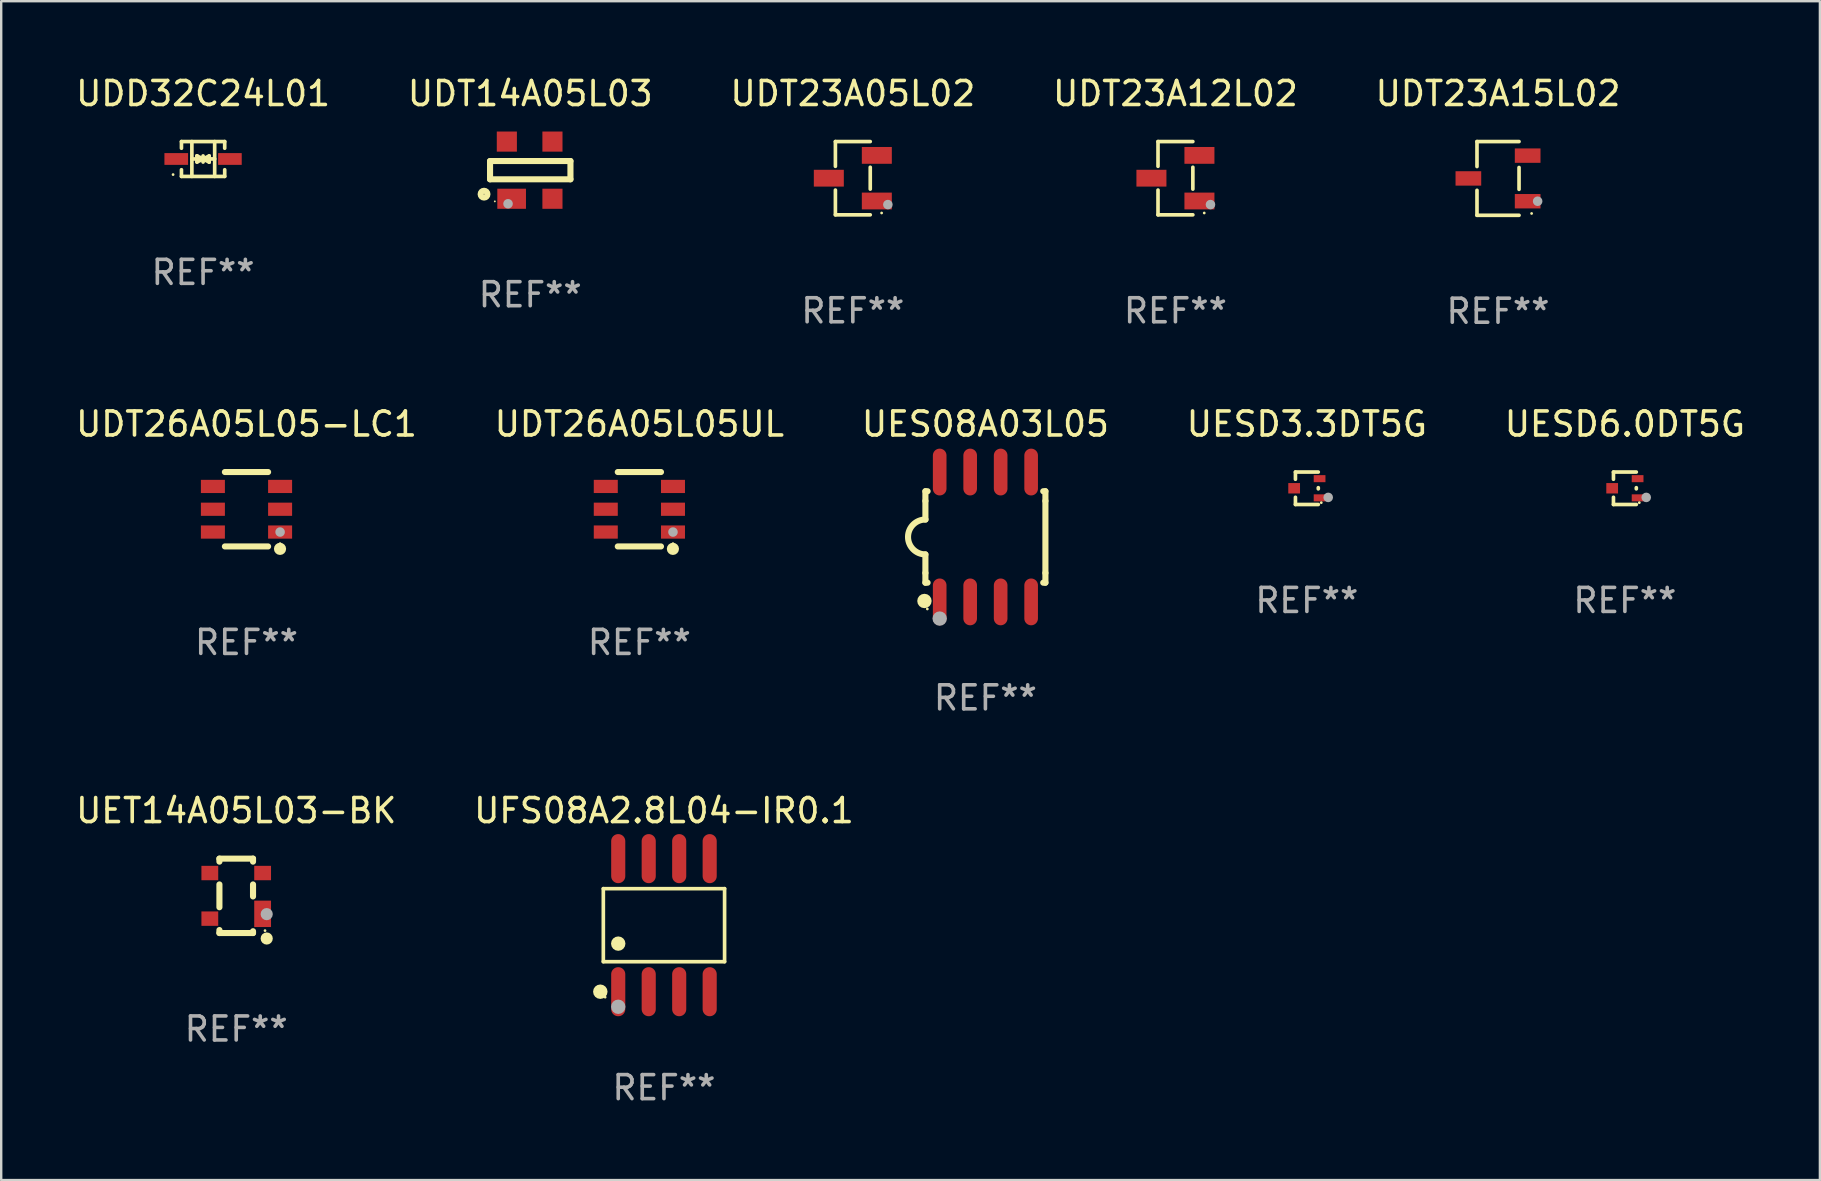
<source format=kicad_pcb>
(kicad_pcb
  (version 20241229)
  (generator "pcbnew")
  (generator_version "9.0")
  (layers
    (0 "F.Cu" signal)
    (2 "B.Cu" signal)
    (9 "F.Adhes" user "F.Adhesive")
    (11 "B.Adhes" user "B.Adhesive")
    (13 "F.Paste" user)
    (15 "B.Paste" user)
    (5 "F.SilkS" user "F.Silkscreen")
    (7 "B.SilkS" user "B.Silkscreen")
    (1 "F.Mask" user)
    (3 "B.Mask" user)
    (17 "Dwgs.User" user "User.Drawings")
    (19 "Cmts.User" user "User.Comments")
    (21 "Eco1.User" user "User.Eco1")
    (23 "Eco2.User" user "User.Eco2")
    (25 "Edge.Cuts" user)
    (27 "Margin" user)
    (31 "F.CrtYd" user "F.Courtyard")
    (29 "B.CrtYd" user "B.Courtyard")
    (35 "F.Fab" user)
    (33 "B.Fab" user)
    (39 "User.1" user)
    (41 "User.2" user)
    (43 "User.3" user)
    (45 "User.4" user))
  (footprint "UFS08A2.8L04-IR0.1"
    (layer "F.Cu")
    (at 24.613 35.496)
    (property "Reference" "UFS08A2.8L04-IR0.1" (at 0 -4.772 0) (layer "F.SilkS") (effects (font (size 1 1) (thickness 0.15))))
    (attr through_hole)
    (fp_line (start -2.526 -1.521) (end 2.526 -1.521) (stroke (width 0.152) (type solid)) (layer "F.SilkS"))
    (fp_line (start -2.526 1.521) (end -2.526 -1.521) (stroke (width 0.152) (type solid)) (layer "F.SilkS"))
    (fp_line (start 2.526 -1.521) (end 2.526 1.521) (stroke (width 0.152) (type solid)) (layer "F.SilkS"))
    (fp_line (start 2.526 1.521) (end -2.526 1.521) (stroke (width 0.152) (type solid)) (layer "F.SilkS"))
    (fp_circle (center -2.652 2.772) (end -2.501 2.772) (stroke (width 0.3) (type solid)) (fill no) (layer "F.SilkS"))
    (fp_circle (center -2.45 3) (end -2.42 3) (stroke (width 0.06) (type solid)) (fill no) (layer "F.SilkS"))
    (fp_circle (center -1.905 0.769) (end -1.755 0.769) (stroke (width 0.3) (type solid)) (fill no) (layer "F.SilkS"))
    (fp_circle (center -1.905 3.4) (end -1.755 3.4) (stroke (width 0.3) (type solid)) (fill no) (layer "F.Fab"))
    (fp_text user "REF**" (at 0 6.772 0) (layer "F.Fab") (effects (font (size 1 1) (thickness 0.15))))
    (pad "1" smd oval (at -1.905 2.772) (size 0.588 2.045) (layers "F.Cu" "F.Mask" "F.Paste"))
    (pad "2" smd oval (at -0.635 2.772) (size 0.588 2.045) (layers "F.Cu" "F.Mask" "F.Paste"))
    (pad "3" smd oval (at 0.635 2.772) (size 0.588 2.045) (layers "F.Cu" "F.Mask" "F.Paste"))
    (pad "4" smd oval (at 1.905 2.772) (size 0.588 2.045) (layers "F.Cu" "F.Mask" "F.Paste"))
    (pad "5" smd oval (at 1.905 -2.772) (size 0.588 2.045) (layers "F.Cu" "F.Mask" "F.Paste"))
    (pad "6" smd oval (at 0.635 -2.772) (size 0.588 2.045) (layers "F.Cu" "F.Mask" "F.Paste"))
    (pad "7" smd oval (at -0.635 -2.772) (size 0.588 2.045) (layers "F.Cu" "F.Mask" "F.Paste"))
    (pad "8" smd oval (at -1.905 -2.772) (size 0.588 2.045) (layers "F.Cu" "F.Mask" "F.Paste")))
  (footprint "UES08A03L05"
    (layer "F.Cu")
    (at 38.006 19.322)
    (property "Reference" "UES08A03L05" (at 0 -4.705 0) (layer "F.SilkS") (effects (font (size 1 1) (thickness 0.15))))
    (attr through_hole)
    (fp_line (start -2.5 -1.905) (end -2.409 -1.905) (stroke (width 0.254) (type solid)) (layer "F.SilkS"))
    (fp_line (start -2.5 -1.5) (end -2.5 -1.905) (stroke (width 0.254) (type solid)) (layer "F.SilkS"))
    (fp_line (start -2.5 -1.5) (end -2.5 -0.726) (stroke (width 0.254) (type solid)) (layer "F.SilkS"))
    (fp_line (start -2.5 1.5) (end -2.5 0.727) (stroke (width 0.254) (type solid)) (layer "F.SilkS"))
    (fp_line (start -2.5 1.5) (end -2.5 1.905) (stroke (width 0.254) (type solid)) (layer "F.SilkS"))
    (fp_line (start -2.5 1.905) (end -2.409 1.905) (stroke (width 0.254) (type solid)) (layer "F.SilkS"))
    (fp_line (start 2.5 -1.905) (end 2.409 -1.905) (stroke (width 0.254) (type solid)) (layer "F.SilkS"))
    (fp_line (start 2.5 -1.5) (end 2.5 -1.905) (stroke (width 0.254) (type solid)) (layer "F.SilkS"))
    (fp_line (start 2.5 -1.5) (end 2.5 1.5) (stroke (width 0.254) (type solid)) (layer "F.SilkS"))
    (fp_line (start 2.5 1.5) (end 2.5 1.905) (stroke (width 0.254) (type solid)) (layer "F.SilkS"))
    (fp_line (start 2.5 1.905) (end 2.409 1.905) (stroke (width 0.254) (type solid)) (layer "F.SilkS"))
    (fp_arc (start -2.5 0.726568) (mid -3.220316 -0.0023) (end -2.495097 -0.726289) (stroke (width 0.254001) (type solid)) (layer "F.SilkS"))
    (fp_circle (center -2.54 2.667) (end -2.39 2.667) (stroke (width 0.3) (type solid)) (fill no) (layer "F.SilkS"))
    (fp_circle (center -2.42 3) (end -2.39 3) (stroke (width 0.06) (type solid)) (fill no) (layer "F.SilkS"))
    (fp_circle (center -1.905 3.4) (end -1.755 3.4) (stroke (width 0.3) (type solid)) (fill no) (layer "F.Fab"))
    (fp_text user "REF**" (at 0 6.705 0) (layer "F.Fab") (effects (font (size 1 1) (thickness 0.15))))
    (pad "1" smd oval (at -1.905 2.705) (size 0.568 1.95) (layers "F.Cu" "F.Mask" "F.Paste"))
    (pad "2" smd oval (at -0.635 2.705) (size 0.568 1.95) (layers "F.Cu" "F.Mask" "F.Paste"))
    (pad "3" smd oval (at 0.635 2.705) (size 0.568 1.95) (layers "F.Cu" "F.Mask" "F.Paste"))
    (pad "4" smd oval (at 1.905 2.705) (size 0.568 1.95) (layers "F.Cu" "F.Mask" "F.Paste"))
    (pad "5" smd oval (at 1.905 -2.705) (size 0.568 1.95) (layers "F.Cu" "F.Mask" "F.Paste"))
    (pad "6" smd oval (at 0.635 -2.705) (size 0.568 1.95) (layers "F.Cu" "F.Mask" "F.Paste"))
    (pad "7" smd oval (at -0.635 -2.705) (size 0.568 1.95) (layers "F.Cu" "F.Mask" "F.Paste"))
    (pad "8" smd oval (at -1.905 -2.705) (size 0.568 1.95) (layers "F.Cu" "F.Mask" "F.Paste")))
  (footprint "UDT23A12L02"
    (layer "F.Cu")
    (at 45.923 4.374)
    (property "Reference" "UDT23A12L02" (at 0 -3.526 0) (layer "F.SilkS") (effects (font (size 1 1) (thickness 0.15))))
    (attr through_hole)
    (fp_line (start -0.726 -1.526) (end -0.726 -0.495) (stroke (width 0.152) (type solid)) (layer "F.SilkS"))
    (fp_line (start -0.726 1.526) (end -0.726 0.495) (stroke (width 0.152) (type solid)) (layer "F.SilkS"))
    (fp_line (start 0.726 -1.526) (end -0.726 -1.526) (stroke (width 0.152) (type solid)) (layer "F.SilkS"))
    (fp_line (start 0.726 -0.455) (end 0.726 0.455) (stroke (width 0.152) (type solid)) (layer "F.SilkS"))
    (fp_line (start 0.726 1.526) (end -0.726 1.526) (stroke (width 0.152) (type solid)) (layer "F.SilkS"))
    (fp_circle (center 1.2 1.45) (end 1.23 1.45) (stroke (width 0.06) (type solid)) (fill no) (layer "F.SilkS"))
    (fp_circle (center 1.46 1.1) (end 1.56 1.1) (stroke (width 0.2) (type solid)) (fill no) (layer "F.Fab"))
    (fp_text user "REF**" (at 0 5.526 0) (layer "F.Fab") (effects (font (size 1 1) (thickness 0.15))))
    (pad "1" smd rect (at 1 0.95) (size 1.25 0.7) (layers "F.Cu" "F.Mask" "F.Paste"))
    (pad "2" smd rect (at 1 -0.95) (size 1.25 0.7) (layers "F.Cu" "F.Mask" "F.Paste"))
    (pad "3" smd rect (at -1 0) (size 1.25 0.7) (layers "F.Cu" "F.Mask" "F.Paste")))
  (footprint "UDT23A05L02"
    (layer "F.Cu")
    (at 32.482 4.374)
    (property "Reference" "UDT23A05L02" (at 0 -3.526 0) (layer "F.SilkS") (effects (font (size 1 1) (thickness 0.15))))
    (attr through_hole)
    (fp_line (start -0.726 -1.526) (end -0.726 -0.495) (stroke (width 0.152) (type solid)) (layer "F.SilkS"))
    (fp_line (start -0.726 1.526) (end -0.726 0.495) (stroke (width 0.152) (type solid)) (layer "F.SilkS"))
    (fp_line (start 0.726 -1.526) (end -0.726 -1.526) (stroke (width 0.152) (type solid)) (layer "F.SilkS"))
    (fp_line (start 0.726 -0.455) (end 0.726 0.455) (stroke (width 0.152) (type solid)) (layer "F.SilkS"))
    (fp_line (start 0.726 1.526) (end -0.726 1.526) (stroke (width 0.152) (type solid)) (layer "F.SilkS"))
    (fp_circle (center 1.2 1.45) (end 1.23 1.45) (stroke (width 0.06) (type solid)) (fill no) (layer "F.SilkS"))
    (fp_circle (center 1.46 1.1) (end 1.56 1.1) (stroke (width 0.2) (type solid)) (fill no) (layer "F.Fab"))
    (fp_text user "REF**" (at 0 5.526 0) (layer "F.Fab") (effects (font (size 1 1) (thickness 0.15))))
    (pad "1" smd rect (at 1 0.95) (size 1.25 0.7) (layers "F.Cu" "F.Mask" "F.Paste"))
    (pad "2" smd rect (at 1 -0.95) (size 1.25 0.7) (layers "F.Cu" "F.Mask" "F.Paste"))
    (pad "3" smd rect (at -1 0) (size 1.25 0.7) (layers "F.Cu" "F.Mask" "F.Paste")))
  (footprint "UESD3.3DT5G"
    (layer "F.Cu")
    (at 51.399 17.293)
    (property "Reference" "UESD3.3DT5G" (at 0 -2.676 0) (layer "F.SilkS") (effects (font (size 1 1) (thickness 0.15))))
    (attr through_hole)
    (fp_line (start -0.476 -0.676) (end -0.476 -0.376) (stroke (width 0.152) (type solid)) (layer "F.SilkS"))
    (fp_line (start -0.476 0.676) (end -0.476 0.376) (stroke (width 0.152) (type solid)) (layer "F.SilkS"))
    (fp_line (start 0.476 -0.676) (end -0.476 -0.676) (stroke (width 0.152) (type solid)) (layer "F.SilkS"))
    (fp_line (start 0.476 -0.024) (end 0.476 0.024) (stroke (width 0.152) (type solid)) (layer "F.SilkS"))
    (fp_line (start 0.476 0.676) (end -0.476 0.676) (stroke (width 0.152) (type solid)) (layer "F.SilkS"))
    (fp_circle (center 0.6 0.6) (end 0.63 0.6) (stroke (width 0.06) (type solid)) (fill no) (layer "F.SilkS"))
    (fp_circle (center 0.889 0.381) (end 0.989 0.381) (stroke (width 0.2) (type solid)) (fill no) (layer "F.Fab"))
    (fp_text user "REF**" (at 0 4.676 0) (layer "F.Fab") (effects (font (size 1 1) (thickness 0.15))))
    (pad "1" smd rect (at 0.53 0.4) (size 0.489 0.294) (layers "F.Cu" "F.Mask" "F.Paste"))
    (pad "2" smd rect (at 0.53 -0.4) (size 0.489 0.294) (layers "F.Cu" "F.Mask" "F.Paste"))
    (pad "3" smd rect (at -0.53 0) (size 0.489 0.434) (layers "F.Cu" "F.Mask" "F.Paste")))
  (footprint "UDT26A05L05UL"
    (layer "F.Cu")
    (at 23.589 18.167)
    (property "Reference" "UDT26A05L05UL" (at 0 -3.55 0) (layer "F.SilkS") (effects (font (size 1 1) (thickness 0.15))))
    (attr through_hole)
    (fp_line (start -0.9 -1.55) (end 0.9 -1.55) (stroke (width 0.254) (type solid)) (layer "F.SilkS"))
    (fp_line (start -0.9 1.55) (end 0.9 1.55) (stroke (width 0.254) (type solid)) (layer "F.SilkS"))
    (fp_circle (center 1.397 1.651) (end 1.524 1.651) (stroke (width 0.254) (type solid)) (fill no) (layer "F.SilkS"))
    (fp_circle (center 1.4 1.435) (end 1.43 1.435) (stroke (width 0.06) (type solid)) (fill no) (layer "F.SilkS"))
    (fp_circle (center 1.4 0.95) (end 1.5 0.95) (stroke (width 0.2) (type solid)) (fill no) (layer "F.Fab"))
    (fp_text user "REF**" (at 0 5.55 0) (layer "F.Fab") (effects (font (size 1 1) (thickness 0.15))))
    (pad "1" smd rect (at 1.4 0.95) (size 1 0.55) (layers "F.Cu" "F.Mask" "F.Paste"))
    (pad "2" smd rect (at 1.4 -0.000102) (size 1 0.55) (layers "F.Cu" "F.Mask" "F.Paste"))
    (pad "3" smd rect (at 1.4 -0.95) (size 1 0.55) (layers "F.Cu" "F.Mask" "F.Paste"))
    (pad "4" smd rect (at -1.4 -0.95) (size 1 0.55) (layers "F.Cu" "F.Mask" "F.Paste"))
    (pad "5" smd rect (at -1.4 -0.000102) (size 1 0.55) (layers "F.Cu" "F.Mask" "F.Paste"))
    (pad "6" smd rect (at -1.4 0.95) (size 1 0.55) (layers "F.Cu" "F.Mask" "F.Paste")))
  (footprint "UESD6.0DT5G"
    (layer "F.Cu")
    (at 64.649 17.293)
    (property "Reference" "UESD6.0DT5G" (at 0 -2.676 0) (layer "F.SilkS") (effects (font (size 1 1) (thickness 0.15))))
    (attr through_hole)
    (fp_line (start -0.476 -0.676) (end -0.476 -0.376) (stroke (width 0.152) (type solid)) (layer "F.SilkS"))
    (fp_line (start -0.476 0.676) (end -0.476 0.376) (stroke (width 0.152) (type solid)) (layer "F.SilkS"))
    (fp_line (start 0.476 -0.676) (end -0.476 -0.676) (stroke (width 0.152) (type solid)) (layer "F.SilkS"))
    (fp_line (start 0.476 -0.024) (end 0.476 0.024) (stroke (width 0.152) (type solid)) (layer "F.SilkS"))
    (fp_line (start 0.476 0.676) (end -0.476 0.676) (stroke (width 0.152) (type solid)) (layer "F.SilkS"))
    (fp_circle (center 0.6 0.6) (end 0.63 0.6) (stroke (width 0.06) (type solid)) (fill no) (layer "F.SilkS"))
    (fp_circle (center 0.889 0.381) (end 0.989 0.381) (stroke (width 0.2) (type solid)) (fill no) (layer "F.Fab"))
    (fp_text user "REF**" (at 0 4.676 0) (layer "F.Fab") (effects (font (size 1 1) (thickness 0.15))))
    (pad "1" smd rect (at 0.53 0.4) (size 0.489 0.294) (layers "F.Cu" "F.Mask" "F.Paste"))
    (pad "2" smd rect (at 0.53 -0.4) (size 0.489 0.294) (layers "F.Cu" "F.Mask" "F.Paste"))
    (pad "3" smd rect (at -0.53 0) (size 0.489 0.434) (layers "F.Cu" "F.Mask" "F.Paste")))
  (footprint "UDT23A15L02"
    (layer "F.Cu")
    (at 59.363 4.384)
    (property "Reference" "UDT23A15L02" (at 0 -3.536 0) (layer "F.SilkS") (effects (font (size 1 1) (thickness 0.15))))
    (attr through_hole)
    (fp_line (start -0.876 -1.536) (end -0.876 -0.495) (stroke (width 0.152) (type solid)) (layer "F.SilkS"))
    (fp_line (start -0.876 1.536) (end -0.876 0.495) (stroke (width 0.152) (type solid)) (layer "F.SilkS"))
    (fp_line (start 0.876 -1.536) (end -0.876 -1.536) (stroke (width 0.152) (type solid)) (layer "F.SilkS"))
    (fp_line (start 0.876 -0.455) (end 0.876 0.455) (stroke (width 0.152) (type solid)) (layer "F.SilkS"))
    (fp_line (start 0.876 1.536) (end -0.876 1.536) (stroke (width 0.152) (type solid)) (layer "F.SilkS"))
    (fp_circle (center 1.4 1.46) (end 1.43 1.46) (stroke (width 0.06) (type solid)) (fill no) (layer "F.SilkS"))
    (fp_circle (center 1.651 0.95) (end 1.751 0.95) (stroke (width 0.2) (type solid)) (fill no) (layer "F.Fab"))
    (fp_text user "REF**" (at 0 5.536 0) (layer "F.Fab") (effects (font (size 1 1) (thickness 0.15))))
    (pad "1" smd rect (at 1.235 0.95) (size 1.07 0.6) (layers "F.Cu" "F.Mask" "F.Paste"))
    (pad "2" smd rect (at 1.235 -0.95) (size 1.07 0.6) (layers "F.Cu" "F.Mask" "F.Paste"))
    (pad "3" smd rect (at -1.235 0) (size 1.07 0.6) (layers "F.Cu" "F.Mask" "F.Paste")))
  (footprint "UDT14A05L03"
    (layer "F.Cu")
    (at 19.042 4.04)
    (property "Reference" "UDT14A05L03" (at 0 -3.191 0) (layer "F.SilkS") (effects (font (size 1 1) (thickness 0.15))))
    (attr through_hole)
    (fp_line (start -1.675 -0.38) (end -1.675 0.38) (stroke (width 0.254) (type solid)) (layer "F.SilkS"))
    (fp_line (start -1.675 -0.38) (end 1.675 -0.38) (stroke (width 0.254) (type solid)) (layer "F.SilkS"))
    (fp_line (start -1.675 0.38) (end 1.675 0.38) (stroke (width 0.254) (type solid)) (layer "F.SilkS"))
    (fp_line (start 1.675 -0.38) (end 1.675 0.38) (stroke (width 0.254) (type solid)) (layer "F.SilkS"))
    (fp_circle (center -1.925 1) (end -1.783 1) (stroke (width 0.254) (type solid)) (fill no) (layer "F.SilkS"))
    (fp_circle (center -1.475 1.3) (end -1.455 1.3) (stroke (width 0.04) (type solid)) (fill no) (layer "F.SilkS"))
    (fp_circle (center -0.925 1.4) (end -0.825 1.4) (stroke (width 0.2) (type solid)) (fill no) (layer "F.Fab"))
    (fp_text user "REF**" (at 0 5.191 0) (layer "F.Fab") (effects (font (size 1 1) (thickness 0.15))))
    (pad "1" smd rect (at -0.775 1.191) (size 1.194 0.838) (layers "F.Cu" "F.Mask" "F.Paste"))
    (pad "2" smd rect (at 0.925 1.191) (size 0.838 0.838) (layers "F.Cu" "F.Mask" "F.Paste"))
    (pad "3" smd rect (at 0.925 -1.191) (size 0.838 0.838) (layers "F.Cu" "F.Mask" "F.Paste"))
    (pad "4" smd rect (at -0.975 -1.191) (size 0.838 0.838) (layers "F.Cu" "F.Mask" "F.Paste")))
  (footprint "UDD32C24L01"
    (layer "F.Cu")
    (at 5.411 3.574)
    (property "Reference" "UDD32C24L01" (at 0 -2.726 0) (layer "F.SilkS") (effects (font (size 1 1) (thickness 0.15))))
    (attr through_hole)
    (fp_line (start -0.901 -0.726) (end -0.901 -0.448) (stroke (width 0.152) (type solid)) (layer "F.SilkS"))
    (fp_line (start -0.901 0.726) (end -0.901 0.448) (stroke (width 0.152) (type solid)) (layer "F.SilkS"))
    (fp_line (start -0.467 0) (end 0.483 -0.003) (stroke (width 0.154) (type solid)) (layer "F.SilkS"))
    (fp_line (start -0.467 0.726) (end -0.467 -0.726) (stroke (width 0.152) (type solid)) (layer "F.SilkS"))
    (fp_line (start -0.254 -0.127) (end -0.254 -0.127) (stroke (width 0.154) (type solid)) (layer "F.SilkS"))
    (fp_line (start -0.254 -0.127) (end -0.002 -0.003) (stroke (width 0.154) (type solid)) (layer "F.SilkS"))
    (fp_line (start -0.254 0.127) (end -0.254 -0.127) (stroke (width 0.154) (type solid)) (layer "F.SilkS"))
    (fp_line (start -0.127 0) (end 0.003 0) (stroke (width 0.154) (type solid)) (layer "F.SilkS"))
    (fp_line (start -0.003 0) (end -0.254 0.127) (stroke (width 0.154) (type solid)) (layer "F.SilkS"))
    (fp_line (start 0 -0.127) (end 0 0.127) (stroke (width 0.154) (type solid)) (layer "F.SilkS"))
    (fp_line (start 0.003 0) (end 0.254 -0.127) (stroke (width 0.154) (type solid)) (layer "F.SilkS"))
    (fp_line (start 0.127 0) (end -0.003 0) (stroke (width 0.154) (type solid)) (layer "F.SilkS"))
    (fp_line (start 0.254 -0.127) (end 0.254 0.127) (stroke (width 0.154) (type solid)) (layer "F.SilkS"))
    (fp_line (start 0.254 0.127) (end 0.002 0.003) (stroke (width 0.154) (type solid)) (layer "F.SilkS"))
    (fp_line (start 0.254 0.127) (end 0.254 0.127) (stroke (width 0.154) (type solid)) (layer "F.SilkS"))
    (fp_line (start 0.483 0.726) (end 0.483 -0.726) (stroke (width 0.152) (type solid)) (layer "F.SilkS"))
    (fp_line (start 0.901 -0.726) (end -0.901 -0.726) (stroke (width 0.152) (type solid)) (layer "F.SilkS"))
    (fp_line (start 0.901 -0.726) (end 0.901 -0.448) (stroke (width 0.152) (type solid)) (layer "F.SilkS"))
    (fp_line (start 0.901 0.726) (end -0.901 0.726) (stroke (width 0.152) (type solid)) (layer "F.SilkS"))
    (fp_line (start 0.901 0.726) (end 0.901 0.448) (stroke (width 0.152) (type solid)) (layer "F.SilkS"))
    (fp_circle (center -1.25 0.65) (end -1.22 0.65) (stroke (width 0.06) (type solid)) (fill no) (layer "F.SilkS"))
    (fp_text user "REF**" (at 0 4.726 0) (layer "F.Fab") (effects (font (size 1 1) (thickness 0.15))))
    (pad "1" smd rect (at -1.118 0) (size 0.985 0.49) (layers "F.Cu" "F.Mask" "F.Paste"))
    (pad "2" smd rect (at 1.118 0) (size 0.985 0.49) (layers "F.Cu" "F.Mask" "F.Paste")))
  (footprint "UDT26A05L05-LC1"
    (layer "F.Cu")
    (at 7.22 18.167)
    (property "Reference" "UDT26A05L05-LC1" (at 0 -3.55 0) (layer "F.SilkS") (effects (font (size 1 1) (thickness 0.15))))
    (attr through_hole)
    (fp_line (start -0.9 -1.55) (end 0.9 -1.55) (stroke (width 0.254) (type solid)) (layer "F.SilkS"))
    (fp_line (start -0.9 1.55) (end 0.9 1.55) (stroke (width 0.254) (type solid)) (layer "F.SilkS"))
    (fp_circle (center 1.397 1.651) (end 1.524 1.651) (stroke (width 0.254) (type solid)) (fill no) (layer "F.SilkS"))
    (fp_circle (center 1.4 1.435) (end 1.43 1.435) (stroke (width 0.06) (type solid)) (fill no) (layer "F.SilkS"))
    (fp_circle (center 1.4 0.95) (end 1.5 0.95) (stroke (width 0.2) (type solid)) (fill no) (layer "F.Fab"))
    (fp_text user "REF**" (at 0 5.55 0) (layer "F.Fab") (effects (font (size 1 1) (thickness 0.15))))
    (pad "1" smd rect (at 1.4 0.95) (size 1 0.55) (layers "F.Cu" "F.Mask" "F.Paste"))
    (pad "2" smd rect (at 1.4 -0.000102) (size 1 0.55) (layers "F.Cu" "F.Mask" "F.Paste"))
    (pad "3" smd rect (at 1.4 -0.95) (size 1 0.55) (layers "F.Cu" "F.Mask" "F.Paste"))
    (pad "4" smd rect (at -1.4 -0.95) (size 1 0.55) (layers "F.Cu" "F.Mask" "F.Paste"))
    (pad "5" smd rect (at -1.4 -0.000102) (size 1 0.55) (layers "F.Cu" "F.Mask" "F.Paste"))
    (pad "6" smd rect (at -1.4 0.95) (size 1 0.55) (layers "F.Cu" "F.Mask" "F.Paste")))
  (footprint "UET14A05L03-BK"
    (layer "F.Cu")
    (at 6.792 34.274)
    (property "Reference" "UET14A05L03-BK" (at 0 -3.55 0) (layer "F.SilkS") (effects (font (size 1 1) (thickness 0.15))))
    (attr through_hole)
    (fp_line (start -0.7 -1.425) (end -0.7 -1.55) (stroke (width 0.254) (type solid)) (layer "F.SilkS"))
    (fp_line (start -0.7 0.475) (end -0.7 -0.475) (stroke (width 0.254) (type solid)) (layer "F.SilkS"))
    (fp_line (start -0.7 1.55) (end -0.7 1.425) (stroke (width 0.254) (type solid)) (layer "F.SilkS"))
    (fp_line (start 0.7 -1.55) (end -0.7 -1.55) (stroke (width 0.254) (type solid)) (layer "F.SilkS"))
    (fp_line (start 0.7 -1.425) (end 0.7 -1.55) (stroke (width 0.254) (type solid)) (layer "F.SilkS"))
    (fp_line (start 0.7 0.025) (end 0.7 -0.475) (stroke (width 0.254) (type solid)) (layer "F.SilkS"))
    (fp_line (start 0.7 1.55) (end -0.7 1.55) (stroke (width 0.254) (type solid)) (layer "F.SilkS"))
    (fp_line (start 0.7 1.55) (end 0.7 1.475) (stroke (width 0.254) (type solid)) (layer "F.SilkS"))
    (fp_circle (center 1.2 1.45) (end 1.23 1.45) (stroke (width 0.06) (type solid)) (fill no) (layer "F.SilkS"))
    (fp_circle (center 1.27 1.778) (end 1.397 1.778) (stroke (width 0.254) (type solid)) (fill no) (layer "F.SilkS"))
    (fp_circle (center 1.27 0.762) (end 1.397 0.762) (stroke (width 0.254) (type solid)) (fill no) (layer "F.Fab"))
    (fp_text user "REF**" (at 0 5.55 0) (layer "F.Fab") (effects (font (size 1 1) (thickness 0.15))))
    (pad "1" smd rect (at 1.1 0.75 90) (size 1.1 0.7) (layers "F.Cu" "F.Mask" "F.Paste"))
    (pad "2" smd rect (at 1.1 -0.95 90) (size 0.6 0.7) (layers "F.Cu" "F.Mask" "F.Paste"))
    (pad "3" smd rect (at -1.1 -0.95 90) (size 0.6 0.7) (layers "F.Cu" "F.Mask" "F.Paste"))
    (pad "4" smd rect (at -1.1 0.95 90) (size 0.6 0.7) (layers "F.Cu" "F.Mask" "F.Paste")))
  (gr_rect
    (start -3 -3)
    (end 72.774 46.117)
    (stroke (width 0.1) (type default))
    (fill no)
    (layer "Edge.Cuts")))
</source>
